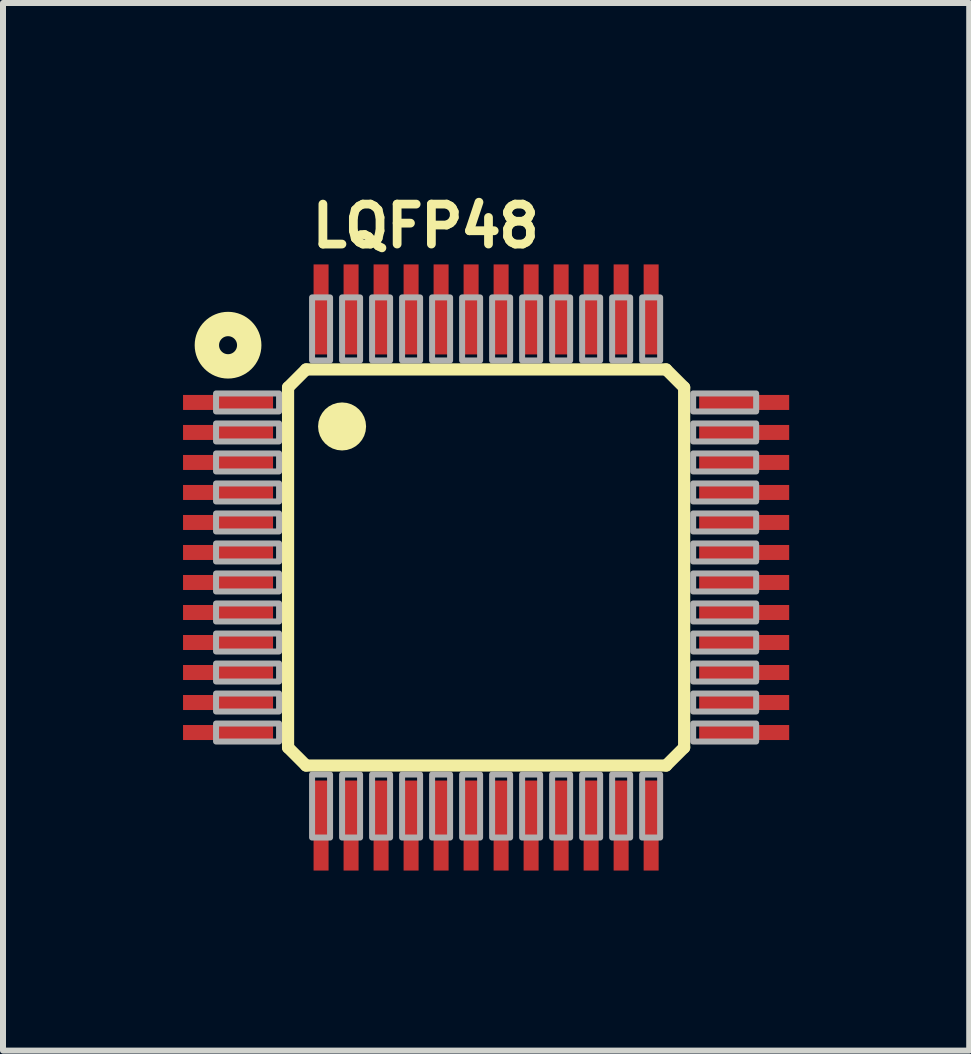
<source format=kicad_pcb>
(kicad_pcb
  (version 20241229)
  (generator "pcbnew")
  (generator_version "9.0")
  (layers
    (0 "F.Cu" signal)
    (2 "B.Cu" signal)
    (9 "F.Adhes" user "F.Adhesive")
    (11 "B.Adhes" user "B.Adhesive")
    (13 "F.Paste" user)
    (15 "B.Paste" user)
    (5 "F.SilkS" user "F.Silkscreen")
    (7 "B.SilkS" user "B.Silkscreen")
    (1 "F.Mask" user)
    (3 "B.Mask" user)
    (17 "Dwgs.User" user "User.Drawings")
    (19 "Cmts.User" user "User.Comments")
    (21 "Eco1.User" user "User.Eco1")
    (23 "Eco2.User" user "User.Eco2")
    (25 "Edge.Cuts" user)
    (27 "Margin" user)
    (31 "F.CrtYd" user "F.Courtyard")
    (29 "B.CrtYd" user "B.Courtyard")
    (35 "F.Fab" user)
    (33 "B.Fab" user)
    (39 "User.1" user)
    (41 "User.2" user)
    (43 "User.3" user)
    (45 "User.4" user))
  (footprint "LQFP48"
    (layer "F.Cu")
    (at 5.05 6.406)
    (property "Reference" "LQFP48" (at -2.974 -5.3 0) (unlocked yes) (layer "F.SilkS") (effects (font (size 0.666 0.666) (thickness 0.146)) (justify left bottom)))
    (fp_line (start -3.3 -3) (end -3.3 3) (stroke (width 0.203) (type solid)) (layer "F.SilkS"))
    (fp_line (start -3.3 3) (end -3 3.3) (stroke (width 0.203) (type solid)) (layer "F.SilkS"))
    (fp_line (start -3 -3.3) (end -3.3 -3) (stroke (width 0.203) (type solid)) (layer "F.SilkS"))
    (fp_line (start -3 3.3) (end 3 3.3) (stroke (width 0.203) (type solid)) (layer "F.SilkS"))
    (fp_line (start 3 -3.3) (end -3 -3.3) (stroke (width 0.203) (type solid)) (layer "F.SilkS"))
    (fp_line (start 3 3.3) (end 3.3 3) (stroke (width 0.203) (type solid)) (layer "F.SilkS"))
    (fp_line (start 3.3 -3) (end 3 -3.3) (stroke (width 0.203) (type solid)) (layer "F.SilkS"))
    (fp_line (start 3.3 3) (end 3.3 -3) (stroke (width 0.203) (type solid)) (layer "F.SilkS"))
    (fp_circle (center -4.3 -3.704) (end -4.15 -3.704) (stroke (width 0.406) (type solid)) (fill no) (layer "F.SilkS"))
    (fp_circle (center -2.4 -2.35) (end -2.2 -2.35) (stroke (width 0.4) (type solid)) (fill no) (layer "F.SilkS"))
    (fp_poly (pts (xy -4.5 -2.6) (xy -3.45 -2.6) (xy -3.45 -2.9) (xy -4.5 -2.9)) (stroke (width 0.1) (type default)) (fill no) (layer "F.Fab"))
    (fp_poly (pts (xy -4.5 -2.1) (xy -3.45 -2.1) (xy -3.45 -2.4) (xy -4.5 -2.4)) (stroke (width 0.1) (type default)) (fill no) (layer "F.Fab"))
    (fp_poly (pts (xy -4.5 -1.6) (xy -3.45 -1.6) (xy -3.45 -1.9) (xy -4.5 -1.9)) (stroke (width 0.1) (type default)) (fill no) (layer "F.Fab"))
    (fp_poly (pts (xy -4.5 -1.1) (xy -3.45 -1.1) (xy -3.45 -1.4) (xy -4.5 -1.4)) (stroke (width 0.1) (type default)) (fill no) (layer "F.Fab"))
    (fp_poly (pts (xy -4.5 -0.6) (xy -3.45 -0.6) (xy -3.45 -0.9) (xy -4.5 -0.9)) (stroke (width 0.1) (type default)) (fill no) (layer "F.Fab"))
    (fp_poly (pts (xy -4.5 -0.1) (xy -3.45 -0.1) (xy -3.45 -0.4) (xy -4.5 -0.4)) (stroke (width 0.1) (type default)) (fill no) (layer "F.Fab"))
    (fp_poly (pts (xy -4.5 0.4) (xy -3.45 0.4) (xy -3.45 0.1) (xy -4.5 0.1)) (stroke (width 0.1) (type default)) (fill no) (layer "F.Fab"))
    (fp_poly (pts (xy -4.5 0.9) (xy -3.45 0.9) (xy -3.45 0.6) (xy -4.5 0.6)) (stroke (width 0.1) (type default)) (fill no) (layer "F.Fab"))
    (fp_poly (pts (xy -4.5 1.4) (xy -3.45 1.4) (xy -3.45 1.1) (xy -4.5 1.1)) (stroke (width 0.1) (type default)) (fill no) (layer "F.Fab"))
    (fp_poly (pts (xy -4.5 1.9) (xy -3.45 1.9) (xy -3.45 1.6) (xy -4.5 1.6)) (stroke (width 0.1) (type default)) (fill no) (layer "F.Fab"))
    (fp_poly (pts (xy -4.5 2.4) (xy -3.45 2.4) (xy -3.45 2.1) (xy -4.5 2.1)) (stroke (width 0.1) (type default)) (fill no) (layer "F.Fab"))
    (fp_poly (pts (xy -4.5 2.9) (xy -3.45 2.9) (xy -3.45 2.6) (xy -4.5 2.6)) (stroke (width 0.1) (type default)) (fill no) (layer "F.Fab"))
    (fp_poly (pts (xy -2.9 -3.45) (xy -2.6 -3.45) (xy -2.6 -4.5) (xy -2.9 -4.5)) (stroke (width 0.1) (type default)) (fill no) (layer "F.Fab"))
    (fp_poly (pts (xy -2.9 4.5) (xy -2.6 4.5) (xy -2.6 3.45) (xy -2.9 3.45)) (stroke (width 0.1) (type default)) (fill no) (layer "F.Fab"))
    (fp_poly (pts (xy -2.4 -3.45) (xy -2.1 -3.45) (xy -2.1 -4.5) (xy -2.4 -4.5)) (stroke (width 0.1) (type default)) (fill no) (layer "F.Fab"))
    (fp_poly (pts (xy -2.4 4.5) (xy -2.1 4.5) (xy -2.1 3.45) (xy -2.4 3.45)) (stroke (width 0.1) (type default)) (fill no) (layer "F.Fab"))
    (fp_poly (pts (xy -1.9 -3.45) (xy -1.6 -3.45) (xy -1.6 -4.5) (xy -1.9 -4.5)) (stroke (width 0.1) (type default)) (fill no) (layer "F.Fab"))
    (fp_poly (pts (xy -1.9 4.5) (xy -1.6 4.5) (xy -1.6 3.45) (xy -1.9 3.45)) (stroke (width 0.1) (type default)) (fill no) (layer "F.Fab"))
    (fp_poly (pts (xy -1.4 -3.45) (xy -1.1 -3.45) (xy -1.1 -4.5) (xy -1.4 -4.5)) (stroke (width 0.1) (type default)) (fill no) (layer "F.Fab"))
    (fp_poly (pts (xy -1.4 4.5) (xy -1.1 4.5) (xy -1.1 3.45) (xy -1.4 3.45)) (stroke (width 0.1) (type default)) (fill no) (layer "F.Fab"))
    (fp_poly (pts (xy -0.9 -3.45) (xy -0.6 -3.45) (xy -0.6 -4.5) (xy -0.9 -4.5)) (stroke (width 0.1) (type default)) (fill no) (layer "F.Fab"))
    (fp_poly (pts (xy -0.9 4.5) (xy -0.6 4.5) (xy -0.6 3.45) (xy -0.9 3.45)) (stroke (width 0.1) (type default)) (fill no) (layer "F.Fab"))
    (fp_poly (pts (xy -0.4 -3.45) (xy -0.1 -3.45) (xy -0.1 -4.5) (xy -0.4 -4.5)) (stroke (width 0.1) (type default)) (fill no) (layer "F.Fab"))
    (fp_poly (pts (xy -0.4 4.5) (xy -0.1 4.5) (xy -0.1 3.45) (xy -0.4 3.45)) (stroke (width 0.1) (type default)) (fill no) (layer "F.Fab"))
    (fp_poly (pts (xy 0.1 -3.45) (xy 0.4 -3.45) (xy 0.4 -4.5) (xy 0.1 -4.5)) (stroke (width 0.1) (type default)) (fill no) (layer "F.Fab"))
    (fp_poly (pts (xy 0.1 4.5) (xy 0.4 4.5) (xy 0.4 3.45) (xy 0.1 3.45)) (stroke (width 0.1) (type default)) (fill no) (layer "F.Fab"))
    (fp_poly (pts (xy 0.6 -3.45) (xy 0.9 -3.45) (xy 0.9 -4.5) (xy 0.6 -4.5)) (stroke (width 0.1) (type default)) (fill no) (layer "F.Fab"))
    (fp_poly (pts (xy 0.6 4.5) (xy 0.9 4.5) (xy 0.9 3.45) (xy 0.6 3.45)) (stroke (width 0.1) (type default)) (fill no) (layer "F.Fab"))
    (fp_poly (pts (xy 1.1 -3.45) (xy 1.4 -3.45) (xy 1.4 -4.5) (xy 1.1 -4.5)) (stroke (width 0.1) (type default)) (fill no) (layer "F.Fab"))
    (fp_poly (pts (xy 1.1 4.5) (xy 1.4 4.5) (xy 1.4 3.45) (xy 1.1 3.45)) (stroke (width 0.1) (type default)) (fill no) (layer "F.Fab"))
    (fp_poly (pts (xy 1.6 -3.45) (xy 1.9 -3.45) (xy 1.9 -4.5) (xy 1.6 -4.5)) (stroke (width 0.1) (type default)) (fill no) (layer "F.Fab"))
    (fp_poly (pts (xy 1.6 4.5) (xy 1.9 4.5) (xy 1.9 3.45) (xy 1.6 3.45)) (stroke (width 0.1) (type default)) (fill no) (layer "F.Fab"))
    (fp_poly (pts (xy 2.1 -3.45) (xy 2.4 -3.45) (xy 2.4 -4.5) (xy 2.1 -4.5)) (stroke (width 0.1) (type default)) (fill no) (layer "F.Fab"))
    (fp_poly (pts (xy 2.1 4.5) (xy 2.4 4.5) (xy 2.4 3.45) (xy 2.1 3.45)) (stroke (width 0.1) (type default)) (fill no) (layer "F.Fab"))
    (fp_poly (pts (xy 2.6 -3.45) (xy 2.9 -3.45) (xy 2.9 -4.5) (xy 2.6 -4.5)) (stroke (width 0.1) (type default)) (fill no) (layer "F.Fab"))
    (fp_poly (pts (xy 2.6 4.5) (xy 2.9 4.5) (xy 2.9 3.45) (xy 2.6 3.45)) (stroke (width 0.1) (type default)) (fill no) (layer "F.Fab"))
    (fp_poly (pts (xy 3.45 -2.6) (xy 4.5 -2.6) (xy 4.5 -2.9) (xy 3.45 -2.9)) (stroke (width 0.1) (type default)) (fill no) (layer "F.Fab"))
    (fp_poly (pts (xy 3.45 -2.1) (xy 4.5 -2.1) (xy 4.5 -2.4) (xy 3.45 -2.4)) (stroke (width 0.1) (type default)) (fill no) (layer "F.Fab"))
    (fp_poly (pts (xy 3.45 -1.6) (xy 4.5 -1.6) (xy 4.5 -1.9) (xy 3.45 -1.9)) (stroke (width 0.1) (type default)) (fill no) (layer "F.Fab"))
    (fp_poly (pts (xy 3.45 -1.1) (xy 4.5 -1.1) (xy 4.5 -1.4) (xy 3.45 -1.4)) (stroke (width 0.1) (type default)) (fill no) (layer "F.Fab"))
    (fp_poly (pts (xy 3.45 -0.6) (xy 4.5 -0.6) (xy 4.5 -0.9) (xy 3.45 -0.9)) (stroke (width 0.1) (type default)) (fill no) (layer "F.Fab"))
    (fp_poly (pts (xy 3.45 -0.1) (xy 4.5 -0.1) (xy 4.5 -0.4) (xy 3.45 -0.4)) (stroke (width 0.1) (type default)) (fill no) (layer "F.Fab"))
    (fp_poly (pts (xy 3.45 0.4) (xy 4.5 0.4) (xy 4.5 0.1) (xy 3.45 0.1)) (stroke (width 0.1) (type default)) (fill no) (layer "F.Fab"))
    (fp_poly (pts (xy 3.45 0.9) (xy 4.5 0.9) (xy 4.5 0.6) (xy 3.45 0.6)) (stroke (width 0.1) (type default)) (fill no) (layer "F.Fab"))
    (fp_poly (pts (xy 3.45 1.4) (xy 4.5 1.4) (xy 4.5 1.1) (xy 3.45 1.1)) (stroke (width 0.1) (type default)) (fill no) (layer "F.Fab"))
    (fp_poly (pts (xy 3.45 1.9) (xy 4.5 1.9) (xy 4.5 1.6) (xy 3.45 1.6)) (stroke (width 0.1) (type default)) (fill no) (layer "F.Fab"))
    (fp_poly (pts (xy 3.45 2.4) (xy 4.5 2.4) (xy 4.5 2.1) (xy 3.45 2.1)) (stroke (width 0.1) (type default)) (fill no) (layer "F.Fab"))
    (fp_poly (pts (xy 3.45 2.9) (xy 4.5 2.9) (xy 4.5 2.6) (xy 3.45 2.6)) (stroke (width 0.1) (type default)) (fill no) (layer "F.Fab"))
    (pad "1" smd rect (at -4.3 -2.75) (size 1.5 0.25) (layers "F.Cu" "F.Mask" "F.Paste"))
    (pad "2" smd rect (at -4.3 -2.25) (size 1.5 0.25) (layers "F.Cu" "F.Mask" "F.Paste"))
    (pad "3" smd rect (at -4.3 -1.75) (size 1.5 0.25) (layers "F.Cu" "F.Mask" "F.Paste"))
    (pad "4" smd rect (at -4.3 -1.25) (size 1.5 0.25) (layers "F.Cu" "F.Mask" "F.Paste"))
    (pad "5" smd rect (at -4.3 -0.75) (size 1.5 0.25) (layers "F.Cu" "F.Mask" "F.Paste"))
    (pad "6" smd rect (at -4.3 -0.25) (size 1.5 0.25) (layers "F.Cu" "F.Mask" "F.Paste"))
    (pad "7" smd rect (at -4.3 0.25) (size 1.5 0.25) (layers "F.Cu" "F.Mask" "F.Paste"))
    (pad "8" smd rect (at -4.3 0.75) (size 1.5 0.25) (layers "F.Cu" "F.Mask" "F.Paste"))
    (pad "9" smd rect (at -4.3 1.25) (size 1.5 0.25) (layers "F.Cu" "F.Mask" "F.Paste"))
    (pad "10" smd rect (at -4.3 1.75) (size 1.5 0.25) (layers "F.Cu" "F.Mask" "F.Paste"))
    (pad "11" smd rect (at -4.3 2.25) (size 1.5 0.25) (layers "F.Cu" "F.Mask" "F.Paste"))
    (pad "12" smd rect (at -4.3 2.75) (size 1.5 0.25) (layers "F.Cu" "F.Mask" "F.Paste"))
    (pad "13" smd rect (at -2.75 4.3) (size 0.25 1.5) (layers "F.Cu" "F.Mask" "F.Paste"))
    (pad "14" smd rect (at -2.25 4.3) (size 0.25 1.5) (layers "F.Cu" "F.Mask" "F.Paste"))
    (pad "15" smd rect (at -1.75 4.3) (size 0.25 1.5) (layers "F.Cu" "F.Mask" "F.Paste"))
    (pad "16" smd rect (at -1.25 4.3) (size 0.25 1.5) (layers "F.Cu" "F.Mask" "F.Paste"))
    (pad "17" smd rect (at -0.75 4.3) (size 0.25 1.5) (layers "F.Cu" "F.Mask" "F.Paste"))
    (pad "18" smd rect (at -0.25 4.3) (size 0.25 1.5) (layers "F.Cu" "F.Mask" "F.Paste"))
    (pad "19" smd rect (at 0.25 4.3) (size 0.25 1.5) (layers "F.Cu" "F.Mask" "F.Paste"))
    (pad "20" smd rect (at 0.75 4.3) (size 0.25 1.5) (layers "F.Cu" "F.Mask" "F.Paste"))
    (pad "21" smd rect (at 1.25 4.3) (size 0.25 1.5) (layers "F.Cu" "F.Mask" "F.Paste"))
    (pad "22" smd rect (at 1.75 4.3) (size 0.25 1.5) (layers "F.Cu" "F.Mask" "F.Paste"))
    (pad "23" smd rect (at 2.25 4.3) (size 0.25 1.5) (layers "F.Cu" "F.Mask" "F.Paste"))
    (pad "24" smd rect (at 2.75 4.3) (size 0.25 1.5) (layers "F.Cu" "F.Mask" "F.Paste"))
    (pad "25" smd rect (at 4.3 2.75) (size 1.5 0.25) (layers "F.Cu" "F.Mask" "F.Paste"))
    (pad "26" smd rect (at 4.3 2.25) (size 1.5 0.25) (layers "F.Cu" "F.Mask" "F.Paste"))
    (pad "27" smd rect (at 4.3 1.75) (size 1.5 0.25) (layers "F.Cu" "F.Mask" "F.Paste"))
    (pad "28" smd rect (at 4.3 1.25) (size 1.5 0.25) (layers "F.Cu" "F.Mask" "F.Paste"))
    (pad "29" smd rect (at 4.3 0.75) (size 1.5 0.25) (layers "F.Cu" "F.Mask" "F.Paste"))
    (pad "30" smd rect (at 4.3 0.25) (size 1.5 0.25) (layers "F.Cu" "F.Mask" "F.Paste"))
    (pad "31" smd rect (at 4.3 -0.25) (size 1.5 0.25) (layers "F.Cu" "F.Mask" "F.Paste"))
    (pad "32" smd rect (at 4.3 -0.75) (size 1.5 0.25) (layers "F.Cu" "F.Mask" "F.Paste"))
    (pad "33" smd rect (at 4.3 -1.25) (size 1.5 0.25) (layers "F.Cu" "F.Mask" "F.Paste"))
    (pad "34" smd rect (at 4.3 -1.75) (size 1.5 0.25) (layers "F.Cu" "F.Mask" "F.Paste"))
    (pad "35" smd rect (at 4.3 -2.25) (size 1.5 0.25) (layers "F.Cu" "F.Mask" "F.Paste"))
    (pad "36" smd rect (at 4.3 -2.75) (size 1.5 0.25) (layers "F.Cu" "F.Mask" "F.Paste"))
    (pad "37" smd rect (at 2.75 -4.3) (size 0.25 1.5) (layers "F.Cu" "F.Mask" "F.Paste"))
    (pad "38" smd rect (at 2.25 -4.3) (size 0.25 1.5) (layers "F.Cu" "F.Mask" "F.Paste"))
    (pad "39" smd rect (at 1.75 -4.3) (size 0.25 1.5) (layers "F.Cu" "F.Mask" "F.Paste"))
    (pad "40" smd rect (at 1.25 -4.3) (size 0.25 1.5) (layers "F.Cu" "F.Mask" "F.Paste"))
    (pad "41" smd rect (at 0.75 -4.3) (size 0.25 1.5) (layers "F.Cu" "F.Mask" "F.Paste"))
    (pad "42" smd rect (at 0.25 -4.3) (size 0.25 1.5) (layers "F.Cu" "F.Mask" "F.Paste"))
    (pad "43" smd rect (at -0.25 -4.3) (size 0.25 1.5) (layers "F.Cu" "F.Mask" "F.Paste"))
    (pad "44" smd rect (at -0.75 -4.3) (size 0.25 1.5) (layers "F.Cu" "F.Mask" "F.Paste"))
    (pad "45" smd rect (at -1.25 -4.3) (size 0.25 1.5) (layers "F.Cu" "F.Mask" "F.Paste"))
    (pad "46" smd rect (at -1.75 -4.3) (size 0.25 1.5) (layers "F.Cu" "F.Mask" "F.Paste"))
    (pad "47" smd rect (at -2.25 -4.3) (size 0.25 1.5) (layers "F.Cu" "F.Mask" "F.Paste"))
    (pad "48" smd rect (at -2.75 -4.3) (size 0.25 1.5) (layers "F.Cu" "F.Mask" "F.Paste")))
  (gr_rect
    (start -3 -3)
    (end 13.1 14.456)
    (stroke (width 0.1) (type default))
    (fill no)
    (layer "Edge.Cuts")))
</source>
